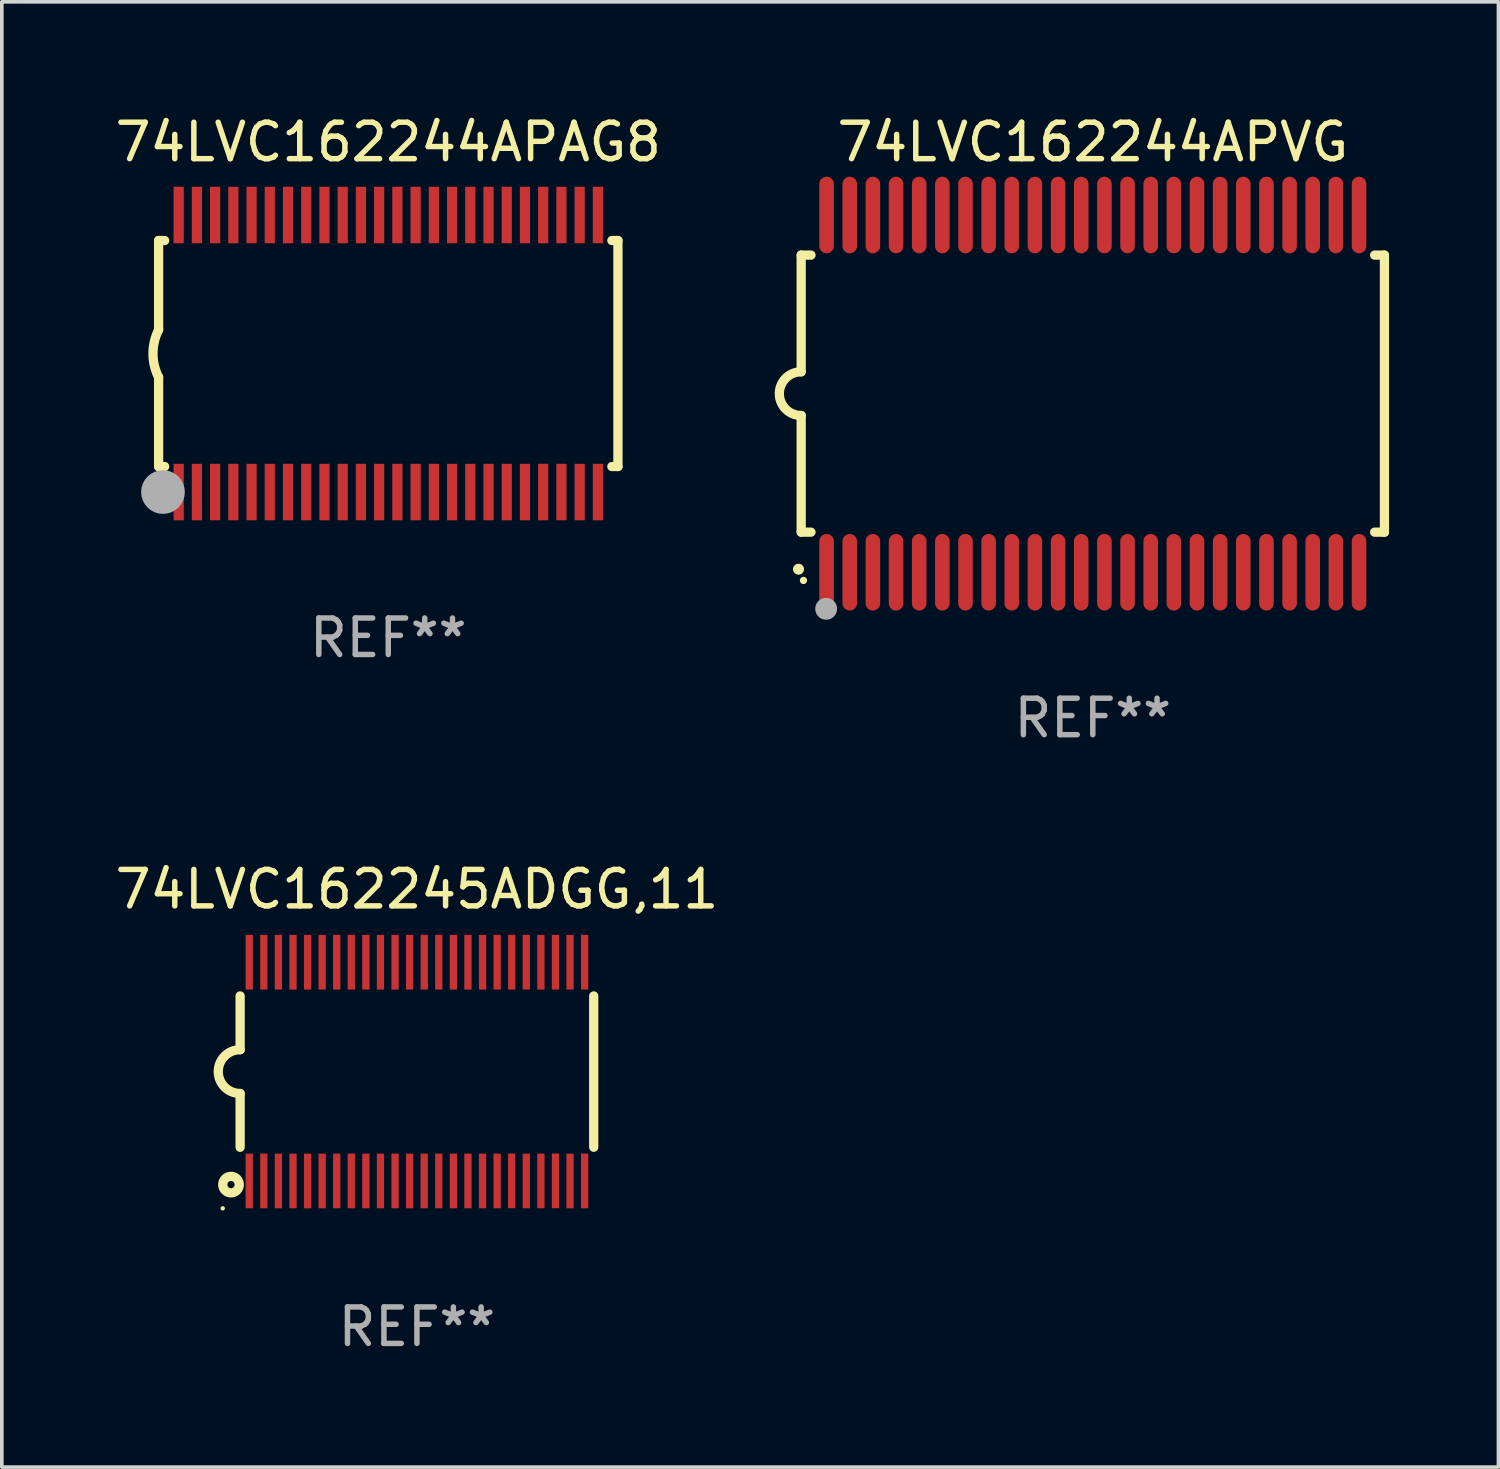
<source format=kicad_pcb>
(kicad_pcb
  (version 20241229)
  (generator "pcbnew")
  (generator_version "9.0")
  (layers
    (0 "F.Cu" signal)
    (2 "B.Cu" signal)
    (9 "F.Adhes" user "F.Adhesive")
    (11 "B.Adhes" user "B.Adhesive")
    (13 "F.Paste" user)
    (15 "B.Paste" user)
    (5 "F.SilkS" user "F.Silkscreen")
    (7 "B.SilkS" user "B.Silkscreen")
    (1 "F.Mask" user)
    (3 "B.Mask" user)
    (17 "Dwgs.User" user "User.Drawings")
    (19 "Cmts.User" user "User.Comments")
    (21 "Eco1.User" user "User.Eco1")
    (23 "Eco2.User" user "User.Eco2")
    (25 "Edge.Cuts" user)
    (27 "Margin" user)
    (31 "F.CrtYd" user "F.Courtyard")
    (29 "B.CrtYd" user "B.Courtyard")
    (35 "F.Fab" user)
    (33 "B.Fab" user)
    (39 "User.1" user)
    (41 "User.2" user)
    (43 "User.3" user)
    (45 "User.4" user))
  (footprint "74LVC162245ADGG,11"
    (layer "F.Cu")
    (at 8.387 26.346)
    (property "Reference" "74LVC162245ADGG,11" (at 0 -5.001 0) (layer "F.SilkS") (effects (font (size 1 1) (thickness 0.15))))
    (attr through_hole)
    (fp_line (start -4.85 -2.076) (end -4.85 -0.6) (stroke (width 0.254) (type solid)) (layer "F.SilkS"))
    (fp_line (start -4.85 2.076) (end -4.85 0.6) (stroke (width 0.254) (type solid)) (layer "F.SilkS"))
    (fp_line (start 4.85 -2.075) (end 4.85 2.075) (stroke (width 0.254) (type solid)) (layer "F.SilkS"))
    (fp_arc (start -4.850013 0.6) (mid -5.449099 -0.0008) (end -4.848869 -0.600457) (stroke (width 0.254001) (type solid)) (layer "F.SilkS"))
    (fp_circle (center -5.327 3.751) (end -5.297 3.751) (stroke (width 0.06) (type solid)) (fill no) (layer "F.SilkS"))
    (fp_circle (center -5.1 3.1) (end -5 3.1) (stroke (width 0.254) (type solid)) (fill no) (layer "F.SilkS"))
    (fp_text user "REF**" (at 0 7.001 0) (layer "F.Fab") (effects (font (size 1 1) (thickness 0.15))))
    (pad "1" smd rect (at -4.6 3) (size 0.2 1.5) (layers "F.Cu" "F.Mask" "F.Paste"))
    (pad "2" smd rect (at -4.2 3) (size 0.2 1.5) (layers "F.Cu" "F.Mask" "F.Paste"))
    (pad "3" smd rect (at -3.8 3) (size 0.2 1.5) (layers "F.Cu" "F.Mask" "F.Paste"))
    (pad "4" smd rect (at -3.4 3) (size 0.2 1.5) (layers "F.Cu" "F.Mask" "F.Paste"))
    (pad "5" smd rect (at -3 3.001) (size 0.2 1.5) (layers "F.Cu" "F.Mask" "F.Paste"))
    (pad "6" smd rect (at -2.6 3) (size 0.2 1.5) (layers "F.Cu" "F.Mask" "F.Paste"))
    (pad "7" smd rect (at -2.2 3) (size 0.2 1.5) (layers "F.Cu" "F.Mask" "F.Paste"))
    (pad "8" smd rect (at -1.8 3) (size 0.2 1.5) (layers "F.Cu" "F.Mask" "F.Paste"))
    (pad "9" smd rect (at -1.4 3) (size 0.2 1.5) (layers "F.Cu" "F.Mask" "F.Paste"))
    (pad "10" smd rect (at -1 3) (size 0.2 1.5) (layers "F.Cu" "F.Mask" "F.Paste"))
    (pad "11" smd rect (at -0.6 3) (size 0.2 1.5) (layers "F.Cu" "F.Mask" "F.Paste"))
    (pad "12" smd rect (at -0.2 3) (size 0.2 1.5) (layers "F.Cu" "F.Mask" "F.Paste"))
    (pad "13" smd rect (at 0.2 3) (size 0.2 1.5) (layers "F.Cu" "F.Mask" "F.Paste"))
    (pad "14" smd rect (at 0.6 3) (size 0.2 1.5) (layers "F.Cu" "F.Mask" "F.Paste"))
    (pad "15" smd rect (at 1 3) (size 0.2 1.5) (layers "F.Cu" "F.Mask" "F.Paste"))
    (pad "16" smd rect (at 1.4 3) (size 0.2 1.5) (layers "F.Cu" "F.Mask" "F.Paste"))
    (pad "17" smd rect (at 1.8 3) (size 0.2 1.5) (layers "F.Cu" "F.Mask" "F.Paste"))
    (pad "18" smd rect (at 2.2 3.001) (size 0.2 1.5) (layers "F.Cu" "F.Mask" "F.Paste"))
    (pad "19" smd rect (at 2.598 2.998) (size 0.2 1.5) (layers "F.Cu" "F.Mask" "F.Paste"))
    (pad "20" smd rect (at 3 3) (size 0.2 1.5) (layers "F.Cu" "F.Mask" "F.Paste"))
    (pad "21" smd rect (at 3.4 3) (size 0.2 1.5) (layers "F.Cu" "F.Mask" "F.Paste"))
    (pad "22" smd rect (at 3.8 2.998) (size 0.2 1.5) (layers "F.Cu" "F.Mask" "F.Paste"))
    (pad "23" smd rect (at 4.2 3) (size 0.2 1.5) (layers "F.Cu" "F.Mask" "F.Paste"))
    (pad "24" smd rect (at 4.6 3) (size 0.2 1.5) (layers "F.Cu" "F.Mask" "F.Paste"))
    (pad "25" smd rect (at 4.6 -3) (size 0.2 1.5) (layers "F.Cu" "F.Mask" "F.Paste"))
    (pad "26" smd rect (at 4.2 -3) (size 0.2 1.5) (layers "F.Cu" "F.Mask" "F.Paste"))
    (pad "27" smd rect (at 3.8 -3) (size 0.2 1.5) (layers "F.Cu" "F.Mask" "F.Paste"))
    (pad "28" smd rect (at 3.4 -3) (size 0.2 1.5) (layers "F.Cu" "F.Mask" "F.Paste"))
    (pad "29" smd rect (at 3 -3) (size 0.2 1.5) (layers "F.Cu" "F.Mask" "F.Paste"))
    (pad "30" smd rect (at 2.6 -3) (size 0.2 1.5) (layers "F.Cu" "F.Mask" "F.Paste"))
    (pad "31" smd rect (at 2.2 -3) (size 0.2 1.5) (layers "F.Cu" "F.Mask" "F.Paste"))
    (pad "32" smd rect (at 1.8 -3) (size 0.2 1.5) (layers "F.Cu" "F.Mask" "F.Paste"))
    (pad "33" smd rect (at 1.4 -3) (size 0.2 1.5) (layers "F.Cu" "F.Mask" "F.Paste"))
    (pad "34" smd rect (at 1 -3) (size 0.2 1.5) (layers "F.Cu" "F.Mask" "F.Paste"))
    (pad "35" smd rect (at 0.6 -3) (size 0.2 1.5) (layers "F.Cu" "F.Mask" "F.Paste"))
    (pad "36" smd rect (at 0.201 -3.001) (size 0.2 1.5) (layers "F.Cu" "F.Mask" "F.Paste"))
    (pad "37" smd rect (at -0.2 -3) (size 0.2 1.5) (layers "F.Cu" "F.Mask" "F.Paste"))
    (pad "38" smd rect (at -0.6 -3) (size 0.2 1.5) (layers "F.Cu" "F.Mask" "F.Paste"))
    (pad "39" smd rect (at -1 -3) (size 0.2 1.5) (layers "F.Cu" "F.Mask" "F.Paste"))
    (pad "40" smd rect (at -1.4 -3) (size 0.2 1.5) (layers "F.Cu" "F.Mask" "F.Paste"))
    (pad "41" smd rect (at -1.8 -3) (size 0.2 1.5) (layers "F.Cu" "F.Mask" "F.Paste"))
    (pad "42" smd rect (at -2.2 -3) (size 0.2 1.5) (layers "F.Cu" "F.Mask" "F.Paste"))
    (pad "43" smd rect (at -2.6 -3) (size 0.2 1.5) (layers "F.Cu" "F.Mask" "F.Paste"))
    (pad "44" smd rect (at -3 -3) (size 0.2 1.5) (layers "F.Cu" "F.Mask" "F.Paste"))
    (pad "45" smd rect (at -3.4 -3) (size 0.2 1.5) (layers "F.Cu" "F.Mask" "F.Paste"))
    (pad "46" smd rect (at -3.8 -3) (size 0.2 1.5) (layers "F.Cu" "F.Mask" "F.Paste"))
    (pad "47" smd rect (at -4.2 -3) (size 0.2 1.5) (layers "F.Cu" "F.Mask" "F.Paste"))
    (pad "48" smd rect (at -4.6 -3) (size 0.2 1.5) (layers "F.Cu" "F.Mask" "F.Paste")))
  (footprint "74LVC162244APAG8"
    (layer "F.Cu")
    (at 7.601 6.648)
    (property "Reference" "74LVC162244APAG8" (at 0 -5.8 0) (layer "F.SilkS") (effects (font (size 1 1) (thickness 0.15))))
    (attr through_hole)
    (fp_line (start -6.3 -3.1) (end -6.3 -0.65) (stroke (width 0.254) (type solid)) (layer "F.SilkS"))
    (fp_line (start -6.3 -3.1) (end -6.134 -3.1) (stroke (width 0.254) (type solid)) (layer "F.SilkS"))
    (fp_line (start -6.3 3.1) (end -6.3 0.65) (stroke (width 0.254) (type solid)) (layer "F.SilkS"))
    (fp_line (start -6.3 3.1) (end -6.134 3.1) (stroke (width 0.254) (type solid)) (layer "F.SilkS"))
    (fp_line (start 6.134 -3.1) (end 6.3 -3.1) (stroke (width 0.254) (type solid)) (layer "F.SilkS"))
    (fp_line (start 6.134 3.1) (end 6.3 3.1) (stroke (width 0.254) (type solid)) (layer "F.SilkS"))
    (fp_line (start 6.3 -3.1) (end 6.3 3.1) (stroke (width 0.254) (type solid)) (layer "F.SilkS"))
    (fp_arc (start -6.301016 0.650114) (mid -6.45413 -0.000082) (end -6.3 -0.650038) (stroke (width 0.254001) (type solid)) (layer "F.SilkS"))
    (fp_circle (center -6.35 3.81) (end -6.223 3.81) (stroke (width 0.254) (type solid)) (fill no) (layer "F.SilkS"))
    (fp_circle (center -6.25 4.05) (end -6.22 4.05) (stroke (width 0.06) (type solid)) (fill no) (layer "F.SilkS"))
    (fp_circle (center -6.18 3.8) (end -5.88 3.8) (stroke (width 0.6) (type solid)) (fill no) (layer "F.Fab"))
    (fp_text user "REF**" (at 0 7.8 0) (layer "F.Fab") (effects (font (size 1 1) (thickness 0.15))))
    (pad "1" smd rect (at -5.75 3.8) (size 0.28 1.55) (layers "F.Cu" "F.Mask" "F.Paste"))
    (pad "2" smd rect (at -5.25 3.8) (size 0.28 1.55) (layers "F.Cu" "F.Mask" "F.Paste"))
    (pad "3" smd rect (at -4.75 3.8) (size 0.28 1.55) (layers "F.Cu" "F.Mask" "F.Paste"))
    (pad "4" smd rect (at -4.25 3.8) (size 0.28 1.55) (layers "F.Cu" "F.Mask" "F.Paste"))
    (pad "5" smd rect (at -3.75 3.8) (size 0.28 1.55) (layers "F.Cu" "F.Mask" "F.Paste"))
    (pad "6" smd rect (at -3.25 3.8) (size 0.28 1.55) (layers "F.Cu" "F.Mask" "F.Paste"))
    (pad "7" smd rect (at -2.75 3.8) (size 0.28 1.55) (layers "F.Cu" "F.Mask" "F.Paste"))
    (pad "8" smd rect (at -2.25 3.8) (size 0.28 1.55) (layers "F.Cu" "F.Mask" "F.Paste"))
    (pad "9" smd rect (at -1.75 3.8) (size 0.28 1.55) (layers "F.Cu" "F.Mask" "F.Paste"))
    (pad "10" smd rect (at -1.25 3.8) (size 0.28 1.55) (layers "F.Cu" "F.Mask" "F.Paste"))
    (pad "11" smd rect (at -0.75 3.8) (size 0.28 1.55) (layers "F.Cu" "F.Mask" "F.Paste"))
    (pad "12" smd rect (at -0.25 3.8) (size 0.28 1.55) (layers "F.Cu" "F.Mask" "F.Paste"))
    (pad "13" smd rect (at 0.25 3.8) (size 0.28 1.55) (layers "F.Cu" "F.Mask" "F.Paste"))
    (pad "14" smd rect (at 0.75 3.8) (size 0.28 1.55) (layers "F.Cu" "F.Mask" "F.Paste"))
    (pad "15" smd rect (at 1.25 3.8) (size 0.28 1.55) (layers "F.Cu" "F.Mask" "F.Paste"))
    (pad "16" smd rect (at 1.75 3.8) (size 0.28 1.55) (layers "F.Cu" "F.Mask" "F.Paste"))
    (pad "17" smd rect (at 2.25 3.8) (size 0.28 1.55) (layers "F.Cu" "F.Mask" "F.Paste"))
    (pad "18" smd rect (at 2.75 3.8) (size 0.28 1.55) (layers "F.Cu" "F.Mask" "F.Paste"))
    (pad "19" smd rect (at 3.25 3.8) (size 0.28 1.55) (layers "F.Cu" "F.Mask" "F.Paste"))
    (pad "20" smd rect (at 3.75 3.8) (size 0.28 1.55) (layers "F.Cu" "F.Mask" "F.Paste"))
    (pad "21" smd rect (at 4.25 3.8) (size 0.28 1.55) (layers "F.Cu" "F.Mask" "F.Paste"))
    (pad "22" smd rect (at 4.75 3.8) (size 0.28 1.55) (layers "F.Cu" "F.Mask" "F.Paste"))
    (pad "23" smd rect (at 5.25 3.8) (size 0.28 1.55) (layers "F.Cu" "F.Mask" "F.Paste"))
    (pad "24" smd rect (at 5.75 3.8) (size 0.28 1.55) (layers "F.Cu" "F.Mask" "F.Paste"))
    (pad "25" smd rect (at 5.75 -3.8) (size 0.28 1.55) (layers "F.Cu" "F.Mask" "F.Paste"))
    (pad "26" smd rect (at 5.25 -3.8) (size 0.28 1.55) (layers "F.Cu" "F.Mask" "F.Paste"))
    (pad "27" smd rect (at 4.75 -3.8) (size 0.28 1.55) (layers "F.Cu" "F.Mask" "F.Paste"))
    (pad "28" smd rect (at 4.25 -3.8) (size 0.28 1.55) (layers "F.Cu" "F.Mask" "F.Paste"))
    (pad "29" smd rect (at 3.75 -3.8) (size 0.28 1.55) (layers "F.Cu" "F.Mask" "F.Paste"))
    (pad "30" smd rect (at 3.25 -3.8) (size 0.28 1.55) (layers "F.Cu" "F.Mask" "F.Paste"))
    (pad "31" smd rect (at 2.75 -3.8) (size 0.28 1.55) (layers "F.Cu" "F.Mask" "F.Paste"))
    (pad "32" smd rect (at 2.25 -3.8) (size 0.28 1.55) (layers "F.Cu" "F.Mask" "F.Paste"))
    (pad "33" smd rect (at 1.75 -3.8) (size 0.28 1.55) (layers "F.Cu" "F.Mask" "F.Paste"))
    (pad "34" smd rect (at 1.25 -3.8) (size 0.28 1.55) (layers "F.Cu" "F.Mask" "F.Paste"))
    (pad "35" smd rect (at 0.75 -3.8) (size 0.28 1.55) (layers "F.Cu" "F.Mask" "F.Paste"))
    (pad "36" smd rect (at 0.25 -3.8) (size 0.28 1.55) (layers "F.Cu" "F.Mask" "F.Paste"))
    (pad "37" smd rect (at -0.25 -3.8) (size 0.28 1.55) (layers "F.Cu" "F.Mask" "F.Paste"))
    (pad "38" smd rect (at -0.75 -3.8) (size 0.28 1.55) (layers "F.Cu" "F.Mask" "F.Paste"))
    (pad "39" smd rect (at -1.25 -3.8) (size 0.28 1.55) (layers "F.Cu" "F.Mask" "F.Paste"))
    (pad "40" smd rect (at -1.75 -3.8) (size 0.28 1.55) (layers "F.Cu" "F.Mask" "F.Paste"))
    (pad "41" smd rect (at -2.25 -3.8) (size 0.28 1.55) (layers "F.Cu" "F.Mask" "F.Paste"))
    (pad "42" smd rect (at -2.75 -3.8) (size 0.28 1.55) (layers "F.Cu" "F.Mask" "F.Paste"))
    (pad "43" smd rect (at -3.25 -3.8) (size 0.28 1.55) (layers "F.Cu" "F.Mask" "F.Paste"))
    (pad "44" smd rect (at -3.75 -3.8) (size 0.28 1.55) (layers "F.Cu" "F.Mask" "F.Paste"))
    (pad "45" smd rect (at -4.25 -3.8) (size 0.28 1.55) (layers "F.Cu" "F.Mask" "F.Paste"))
    (pad "46" smd rect (at -4.75 -3.8) (size 0.28 1.55) (layers "F.Cu" "F.Mask" "F.Paste"))
    (pad "47" smd rect (at -5.25 -3.8) (size 0.28 1.55) (layers "F.Cu" "F.Mask" "F.Paste"))
    (pad "48" smd rect (at -5.75 -3.8) (size 0.28 1.55) (layers "F.Cu" "F.Mask" "F.Paste")))
  (footprint "74LVC162244APVG"
    (layer "F.Cu")
    (at 26.928 7.748)
    (property "Reference" "74LVC162244APVG" (at 0 -6.9 0) (layer "F.SilkS") (effects (font (size 1 1) (thickness 0.15))))
    (attr through_hole)
    (fp_line (start -8 -3.8) (end -8 -0.599) (stroke (width 0.254) (type solid)) (layer "F.SilkS"))
    (fp_line (start -8 -3.8) (end -7.731 -3.8) (stroke (width 0.254) (type solid)) (layer "F.SilkS"))
    (fp_line (start -8 3.8) (end -8 0.599) (stroke (width 0.254) (type solid)) (layer "F.SilkS"))
    (fp_line (start -7.731 3.8) (end -8 3.8) (stroke (width 0.254) (type solid)) (layer "F.SilkS"))
    (fp_line (start 7.731 -3.8) (end 8 -3.8) (stroke (width 0.254) (type solid)) (layer "F.SilkS"))
    (fp_line (start 8 -3.8) (end 8 3.8) (stroke (width 0.254) (type solid)) (layer "F.SilkS"))
    (fp_line (start 8 3.8) (end 7.731 3.8) (stroke (width 0.254) (type solid)) (layer "F.SilkS"))
    (fp_arc (start -8.074676 4.81585) (mid -8.073406 4.815845) (end -8.072136 4.81585) (stroke (width 0.3) (type solid)) (layer "F.SilkS"))
    (fp_arc (start -8.000025 0.6) (mid -8.598908 0.00056) (end -8.000027 -0.598882) (stroke (width 0.254001) (type solid)) (layer "F.SilkS"))
    (fp_circle (center -7.937 5.125) (end -7.887 5.125) (stroke (width 0.1) (type solid)) (fill no) (layer "F.SilkS"))
    (fp_circle (center -7.315 5.903) (end -7.165 5.903) (stroke (width 0.3) (type solid)) (fill no) (layer "F.Fab"))
    (fp_text user "REF**" (at 0 8.9 0) (layer "F.Fab") (effects (font (size 1 1) (thickness 0.15))))
    (pad "1" smd oval (at -7.303 4.9) (size 0.4 2.1) (layers "F.Cu" "F.Mask" "F.Paste"))
    (pad "2" smd oval (at -6.668 4.9) (size 0.4 2.1) (layers "F.Cu" "F.Mask" "F.Paste"))
    (pad "3" smd oval (at -6.033 4.9) (size 0.4 2.1) (layers "F.Cu" "F.Mask" "F.Paste"))
    (pad "4" smd oval (at -5.398 4.9) (size 0.4 2.1) (layers "F.Cu" "F.Mask" "F.Paste"))
    (pad "5" smd oval (at -4.763 4.9) (size 0.4 2.1) (layers "F.Cu" "F.Mask" "F.Paste"))
    (pad "6" smd oval (at -4.128 4.9) (size 0.4 2.1) (layers "F.Cu" "F.Mask" "F.Paste"))
    (pad "7" smd oval (at -3.493 4.9) (size 0.4 2.1) (layers "F.Cu" "F.Mask" "F.Paste"))
    (pad "8" smd oval (at -2.858 4.9) (size 0.4 2.1) (layers "F.Cu" "F.Mask" "F.Paste"))
    (pad "9" smd oval (at -2.223 4.9) (size 0.4 2.1) (layers "F.Cu" "F.Mask" "F.Paste"))
    (pad "10" smd oval (at -1.588 4.9) (size 0.4 2.1) (layers "F.Cu" "F.Mask" "F.Paste"))
    (pad "11" smd oval (at -0.953 4.9) (size 0.4 2.1) (layers "F.Cu" "F.Mask" "F.Paste"))
    (pad "12" smd oval (at -0.318 4.9) (size 0.4 2.1) (layers "F.Cu" "F.Mask" "F.Paste"))
    (pad "13" smd oval (at 0.318 4.9) (size 0.4 2.1) (layers "F.Cu" "F.Mask" "F.Paste"))
    (pad "14" smd oval (at 0.953 4.9) (size 0.4 2.1) (layers "F.Cu" "F.Mask" "F.Paste"))
    (pad "15" smd oval (at 1.588 4.9) (size 0.4 2.1) (layers "F.Cu" "F.Mask" "F.Paste"))
    (pad "16" smd oval (at 2.223 4.9) (size 0.4 2.1) (layers "F.Cu" "F.Mask" "F.Paste"))
    (pad "17" smd oval (at 2.858 4.9) (size 0.4 2.1) (layers "F.Cu" "F.Mask" "F.Paste"))
    (pad "18" smd oval (at 3.493 4.9) (size 0.4 2.1) (layers "F.Cu" "F.Mask" "F.Paste"))
    (pad "19" smd oval (at 4.128 4.9) (size 0.4 2.1) (layers "F.Cu" "F.Mask" "F.Paste"))
    (pad "20" smd oval (at 4.763 4.9) (size 0.4 2.1) (layers "F.Cu" "F.Mask" "F.Paste"))
    (pad "21" smd oval (at 5.398 4.9) (size 0.4 2.1) (layers "F.Cu" "F.Mask" "F.Paste"))
    (pad "22" smd oval (at 6.033 4.9) (size 0.4 2.1) (layers "F.Cu" "F.Mask" "F.Paste"))
    (pad "23" smd oval (at 6.668 4.9) (size 0.4 2.1) (layers "F.Cu" "F.Mask" "F.Paste"))
    (pad "24" smd oval (at 7.303 4.9) (size 0.4 2.1) (layers "F.Cu" "F.Mask" "F.Paste"))
    (pad "25" smd oval (at 7.303 -4.9 180) (size 0.4 2.1) (layers "F.Cu" "F.Mask" "F.Paste"))
    (pad "26" smd oval (at 6.668 -4.9 180) (size 0.4 2.1) (layers "F.Cu" "F.Mask" "F.Paste"))
    (pad "27" smd oval (at 6.033 -4.9 180) (size 0.4 2.1) (layers "F.Cu" "F.Mask" "F.Paste"))
    (pad "28" smd oval (at 5.398 -4.9 180) (size 0.4 2.1) (layers "F.Cu" "F.Mask" "F.Paste"))
    (pad "29" smd oval (at 4.763 -4.9 180) (size 0.4 2.1) (layers "F.Cu" "F.Mask" "F.Paste"))
    (pad "30" smd oval (at 4.128 -4.9 180) (size 0.4 2.1) (layers "F.Cu" "F.Mask" "F.Paste"))
    (pad "31" smd oval (at 3.493 -4.9 180) (size 0.4 2.1) (layers "F.Cu" "F.Mask" "F.Paste"))
    (pad "32" smd oval (at 2.858 -4.9 180) (size 0.4 2.1) (layers "F.Cu" "F.Mask" "F.Paste"))
    (pad "33" smd oval (at 2.223 -4.9 180) (size 0.4 2.1) (layers "F.Cu" "F.Mask" "F.Paste"))
    (pad "34" smd oval (at 1.588 -4.9 180) (size 0.4 2.1) (layers "F.Cu" "F.Mask" "F.Paste"))
    (pad "35" smd oval (at 0.953 -4.9 180) (size 0.4 2.1) (layers "F.Cu" "F.Mask" "F.Paste"))
    (pad "36" smd oval (at 0.318 -4.9 180) (size 0.4 2.1) (layers "F.Cu" "F.Mask" "F.Paste"))
    (pad "37" smd oval (at -0.318 -4.9 180) (size 0.4 2.1) (layers "F.Cu" "F.Mask" "F.Paste"))
    (pad "38" smd oval (at -0.953 -4.9 180) (size 0.4 2.1) (layers "F.Cu" "F.Mask" "F.Paste"))
    (pad "39" smd oval (at -1.588 -4.9 180) (size 0.4 2.1) (layers "F.Cu" "F.Mask" "F.Paste"))
    (pad "40" smd oval (at -2.223 -4.9 180) (size 0.4 2.1) (layers "F.Cu" "F.Mask" "F.Paste"))
    (pad "41" smd oval (at -2.858 -4.9 180) (size 0.4 2.1) (layers "F.Cu" "F.Mask" "F.Paste"))
    (pad "42" smd oval (at -3.493 -4.9 180) (size 0.4 2.1) (layers "F.Cu" "F.Mask" "F.Paste"))
    (pad "43" smd oval (at -4.128 -4.9 180) (size 0.4 2.1) (layers "F.Cu" "F.Mask" "F.Paste"))
    (pad "44" smd oval (at -4.763 -4.9 180) (size 0.4 2.1) (layers "F.Cu" "F.Mask" "F.Paste"))
    (pad "45" smd oval (at -5.398 -4.9 180) (size 0.4 2.1) (layers "F.Cu" "F.Mask" "F.Paste"))
    (pad "46" smd oval (at -6.033 -4.9 180) (size 0.4 2.1) (layers "F.Cu" "F.Mask" "F.Paste"))
    (pad "47" smd oval (at -6.668 -4.9 180) (size 0.4 2.1) (layers "F.Cu" "F.Mask" "F.Paste"))
    (pad "48" smd oval (at -7.303 -4.9 180) (size 0.4 2.1) (layers "F.Cu" "F.Mask" "F.Paste")))
  (gr_rect
    (start -3 -3)
    (end 38.055 37.195)
    (stroke (width 0.1) (type default))
    (fill no)
    (layer "Edge.Cuts")))
</source>
